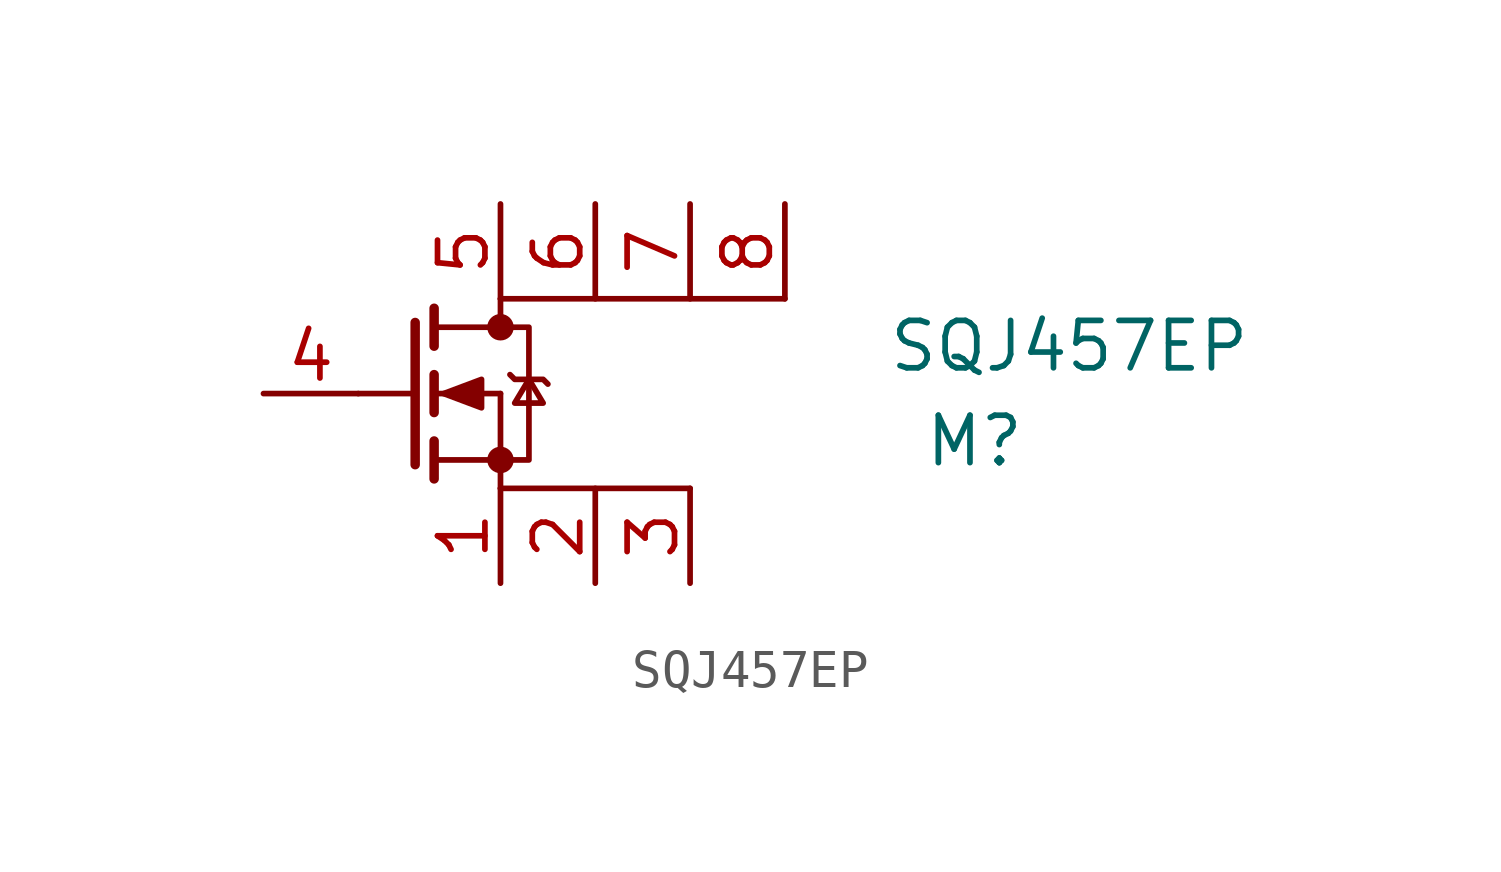
<source format=kicad_sym>
(kicad_symbol_lib
  (version 20211014)
  (generator kicad_symbol_editor)
  (symbol "SQJ457EP"
    (pin_names
      (offset 0) hide)
    (property "Reference" "M"
      (at 12.7 -8.89 0)
      (effects (font (size 1.27 1.27))))
    (property "Value" "SQJ457EP"
      (at 15.24 -6.35 0)
      (effects (font (size 1.27 1.27))))
    (symbol "SQJ457EP_0_1"
      (polyline (pts (xy 5.08 -10.16) (xy 0 -10.16)) (stroke (width 0) (type default) (color 0 0 0 0)) (fill (type none))))
    (symbol "SQJ457EP_1_1"
      (circle (center 0 -9.398) (radius 0.279) (stroke (width 0) (type default) (color 0 0 0 0)) (fill (type outline)))
      (circle (center 0 -5.842) (radius 0.279) (stroke (width 0) (type default) (color 0 0 0 0)) (fill (type outline)))
      (polyline (pts (xy -3.81 -7.62) (xy -2.286 -7.62)) (stroke (width 0) (type default) (color 0 0 0 0)) (fill (type none)))
      (polyline (pts (xy -1.778 -9.398) (xy 0 -9.398)) (stroke (width 0) (type default) (color 0 0 0 0)) (fill (type none)))
      (polyline (pts (xy -1.778 -8.89) (xy -1.778 -9.906)) (stroke (width 0.254) (type default) (color 0 0 0 0)) (fill (type none)))
      (polyline (pts (xy -1.778 -7.62) (xy 0 -7.62)) (stroke (width 0) (type default) (color 0 0 0 0)) (fill (type none)))
      (polyline (pts (xy -1.778 -7.112) (xy -1.778 -8.128)) (stroke (width 0.254) (type default) (color 0 0 0 0)) (fill (type none)))
      (polyline (pts (xy -1.778 -5.842) (xy 0 -5.842)) (stroke (width 0) (type default) (color 0 0 0 0)) (fill (type none)))
      (polyline (pts (xy -1.778 -5.334) (xy -1.778 -6.35)) (stroke (width 0.254) (type default) (color 0 0 0 0)) (fill (type none)))
      (polyline (pts (xy 0 -9.398) (xy 0 -10.16)) (stroke (width 0) (type default) (color 0 0 0 0)) (fill (type none)))
      (polyline (pts (xy 0 -9.398) (xy 0 -7.62)) (stroke (width 0) (type default) (color 0 0 0 0)) (fill (type none)))
      (polyline (pts (xy 0 -5.08) (xy 0 -5.842)) (stroke (width 0) (type default) (color 0 0 0 0)) (fill (type none)))
      (polyline (pts (xy 7.62 -5.08) (xy 0 -5.08)) (stroke (width 0) (type default) (color 0 0 0 0)) (fill (type none)))
      (polyline (pts (xy -2.286 -5.715) (xy -2.286 -9.525) (xy -2.286 -9.525)) (stroke (width 0.254) (type default) (color 0 0 0 0)) (fill (type none)))
      (polyline (pts (xy -1.524 -7.62) (xy -0.508 -7.239) (xy -0.508 -8.001) (xy -1.524 -7.62)) (stroke (width 0) (type default) (color 0 0 0 0)) (fill (type outline)))
      (polyline (pts (xy 0 -9.398) (xy 0.762 -9.398) (xy 0.762 -5.842) (xy 0 -5.842)) (stroke (width 0) (type default) (color 0 0 0 0)) (fill (type none)))
      (polyline (pts (xy 0.254 -7.112) (xy 0.381 -7.239) (xy 1.143 -7.239) (xy 1.27 -7.366)) (stroke (width 0) (type default) (color 0 0 0 0)) (fill (type none)))
      (polyline (pts (xy 0.762 -7.239) (xy 0.381 -7.874) (xy 1.143 -7.874) (xy 0.762 -7.239)) (stroke (width 0) (type default) (color 0 0 0 0)) (fill (type none)))
      (pin passive line (at 0 -12.7 90) (length 2.54) (name "S" (effects (font (size 1.27 1.27)))) (number "1" (effects (font (size 1.27 1.27)))))
      (pin passive line (at 2.54 -12.7 90) (length 2.54) (name "S" (effects (font (size 1.27 1.27)))) (number "2" (effects (font (size 1.27 1.27)))))
      (pin passive line (at 5.08 -12.7 90) (length 2.54) (name "S" (effects (font (size 1.27 1.27)))) (number "3" (effects (font (size 1.27 1.27)))))
      (pin passive line (at -6.35 -7.62 0) (length 2.54) (name "G" (effects (font (size 1.27 1.27)))) (number "4" (effects (font (size 1.27 1.27)))))
      (pin passive line (at 0 -2.54 270) (length 2.54) (name "D" (effects (font (size 1.27 1.27)))) (number "5" (effects (font (size 1.27 1.27)))))
      (pin passive line (at 2.54 -2.54 270) (length 2.54) (name "D" (effects (font (size 1.27 1.27)))) (number "6" (effects (font (size 1.27 1.27)))))
      (pin passive line (at 5.08 -2.54 270) (length 2.54) (name "D" (effects (font (size 1.27 1.27)))) (number "7" (effects (font (size 1.27 1.27)))))
      (pin passive line (at 7.62 -2.54 270) (length 2.54) (name "D" (effects (font (size 1.27 1.27)))) (number "8" (effects (font (size 1.27 1.27))))))))
</source>
